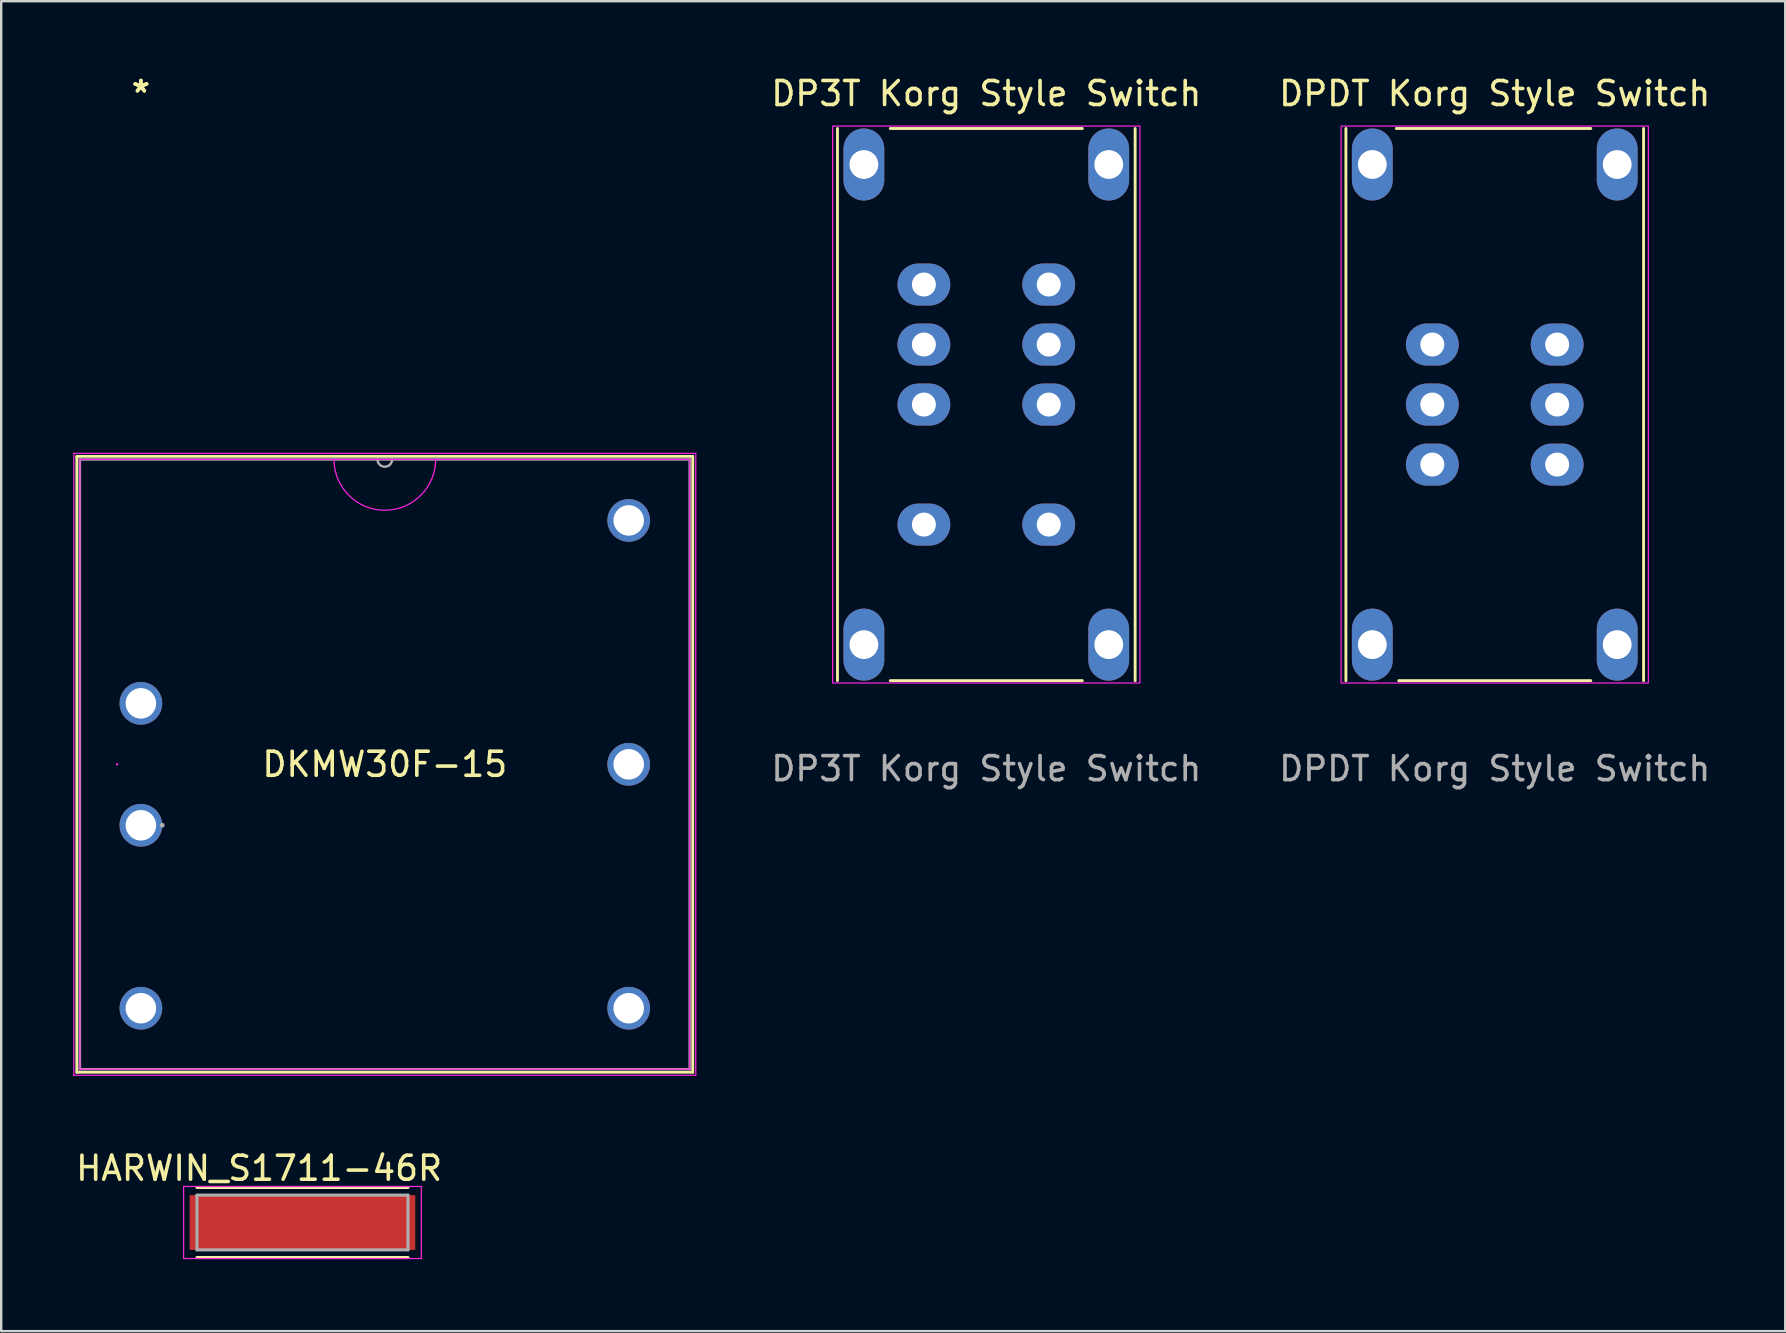
<source format=kicad_pcb>
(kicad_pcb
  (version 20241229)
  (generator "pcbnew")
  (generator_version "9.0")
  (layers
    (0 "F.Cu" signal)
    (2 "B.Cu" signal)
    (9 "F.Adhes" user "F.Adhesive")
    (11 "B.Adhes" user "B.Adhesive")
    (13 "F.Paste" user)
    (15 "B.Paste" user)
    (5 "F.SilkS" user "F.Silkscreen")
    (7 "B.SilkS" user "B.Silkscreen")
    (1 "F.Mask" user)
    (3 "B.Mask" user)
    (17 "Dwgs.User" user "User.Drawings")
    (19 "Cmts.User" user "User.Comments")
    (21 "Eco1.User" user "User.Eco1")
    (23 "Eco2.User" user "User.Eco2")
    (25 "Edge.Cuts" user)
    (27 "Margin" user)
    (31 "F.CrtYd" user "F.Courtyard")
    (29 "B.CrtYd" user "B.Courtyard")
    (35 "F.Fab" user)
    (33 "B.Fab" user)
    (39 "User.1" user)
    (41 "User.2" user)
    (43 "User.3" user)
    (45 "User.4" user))
  (footprint "DKMW30F-15"
    (layer "F.Cu")
    (at 2.819 31.328)
    (property "Reference" "DKMW30F-15" (at 10.16 -2.54 0) (layer "F.SilkS") (effects (font (size 1 1) (thickness 0.15))))
    (attr through_hole)
    (fp_line (start -2.667 -15.367) (end -2.667 10.287) (stroke (width 0.12) (type solid)) (layer "F.SilkS"))
    (fp_line (start -2.667 10.287) (end 22.987 10.287) (stroke (width 0.12) (type solid)) (layer "F.SilkS"))
    (fp_line (start 22.987 -15.367) (end -2.667 -15.367) (stroke (width 0.12) (type solid)) (layer "F.SilkS"))
    (fp_line (start 22.987 10.287) (end 22.987 -15.367) (stroke (width 0.12) (type solid)) (layer "F.SilkS"))
    (fp_line (start -2.794 -15.494) (end 23.114 -15.494) (stroke (width 0.05) (type solid)) (layer "F.CrtYd"))
    (fp_line (start -2.794 10.414) (end -2.794 -15.494) (stroke (width 0.05) (type solid)) (layer "F.CrtYd"))
    (fp_line (start -2.54 -15.24) (end 22.86 -15.24) (stroke (width 0.05) (type solid)) (layer "F.CrtYd"))
    (fp_line (start -2.54 10.16) (end -2.54 -15.24) (stroke (width 0.05) (type solid)) (layer "F.CrtYd"))
    (fp_line (start 22.86 -15.24) (end 22.86 10.16) (stroke (width 0.05) (type solid)) (layer "F.CrtYd"))
    (fp_line (start 22.86 10.16) (end -2.54 10.16) (stroke (width 0.05) (type solid)) (layer "F.CrtYd"))
    (fp_line (start 23.114 -15.494) (end 23.114 10.414) (stroke (width 0.05) (type solid)) (layer "F.CrtYd"))
    (fp_line (start 23.114 10.414) (end -2.794 10.414) (stroke (width 0.05) (type solid)) (layer "F.CrtYd"))
    (fp_arc (start 12.276667 -15.24) (mid 10.16 -13.123333) (end 8.043333 -15.24) (stroke (width 0.05) (type solid)) (layer "F.CrtYd"))
    (fp_circle (center -0.991 -2.54) (end -0.991 -2.54) (stroke (width 0.05) (type solid)) (fill no) (layer "F.CrtYd"))
    (fp_line (start -2.54 -15.24) (end -2.54 10.16) (stroke (width 0.1) (type solid)) (layer "F.Fab"))
    (fp_line (start -2.54 10.16) (end 22.86 10.16) (stroke (width 0.1) (type solid)) (layer "F.Fab"))
    (fp_line (start 22.86 -15.24) (end -2.54 -15.24) (stroke (width 0.1) (type solid)) (layer "F.Fab"))
    (fp_line (start 22.86 10.16) (end 22.86 -15.24) (stroke (width 0.1) (type solid)) (layer "F.Fab"))
    (fp_arc (start 10.4648 -15.24) (mid 10.16 -14.9352) (end 9.8552 -15.24) (stroke (width 0.1) (type solid)) (layer "F.Fab"))
    (fp_circle (center 0.889 0) (end 0.889 0) (stroke (width 0.1) (type solid)) (fill no) (layer "F.Fab"))
    (fp_text user "*" (at 0 -30.48 0) (layer "F.SilkS") (effects (font (size 1 1) (thickness 0.15))))
    (fp_text user "*" (at 0 -30.48 0) (layer "F.SilkS") (effects (font (size 1 1) (thickness 0.15))))
    (fp_text user "Copyright 2021 Accelerated Designs. All rights reserved." (at 0 0 0) (layer "Cmts.User") (effects (font (size 0.127 0.127) (thickness 0.002))))
    (fp_text user "*" (at 0 0 0) (layer "F.Fab") (effects (font (size 1 1) (thickness 0.15))))
    (fp_text user "*" (at 0 0 0) (layer "F.Fab") (effects (font (size 1 1) (thickness 0.15))))
    (pad "1" thru_hole circle (at 0 0) (size 1.778 1.778) (drill 1.27) (layers "*.Cu" "*.Mask"))
    (pad "2" thru_hole circle (at 0 -5.08) (size 1.778 1.778) (drill 1.27) (layers "*.Cu" "*.Mask"))
    (pad "3" thru_hole circle (at 20.32 -12.7) (size 1.778 1.778) (drill 1.27) (layers "*.Cu" "*.Mask"))
    (pad "4" thru_hole circle (at 20.32 -2.54) (size 1.778 1.778) (drill 1.27) (layers "*.Cu" "*.Mask"))
    (pad "5" thru_hole circle (at 20.32 7.62) (size 1.778 1.778) (drill 1.27) (layers "*.Cu" "*.Mask"))
    (pad "6" thru_hole circle (at 0 7.62) (size 1.778 1.778) (drill 1.27) (layers "*.Cu" "*.Mask")))
  (footprint "DP3T Korg Style Switch"
    (layer "F.Cu")
    (at 38.035 13.802)
    (property "Reference" "DP3T Korg Style Switch" (at 0 -12.954 0) (unlocked yes) (layer "F.SilkS") (effects (font (size 1 1) (thickness 0.15))))
    (attr through_hole)
    (fp_line (start -6.2 11.5) (end -6.2 -11.5) (stroke (width 0.12) (type default)) (layer "F.SilkS"))
    (fp_line (start -4 -11.5) (end 4 -11.5) (stroke (width 0.12) (type default)) (layer "F.SilkS"))
    (fp_line (start -4 11.5) (end 4 11.5) (stroke (width 0.12) (type default)) (layer "F.SilkS"))
    (fp_line (start 6.2 11.5) (end 6.2 -11.5) (stroke (width 0.12) (type default)) (layer "F.SilkS"))
    (fp_rect (start -6.4 -11.6) (end 6.4 11.6) (stroke (width 0.05) (type default)) (fill no) (layer "F.CrtYd"))
    (fp_text user "${REFERENCE}" (at 0 15.167 0) (unlocked yes) (layer "F.Fab") (effects (font (size 1 1) (thickness 0.15))))
    (pad "" thru_hole oval (at -5.1 -10) (size 1.7 3) (drill 1.2) (layers "*.Cu" "*.Mask"))
    (pad "" thru_hole oval (at -5.1 10) (size 1.7 3) (drill 1.2) (layers "*.Cu" "*.Mask"))
    (pad "" thru_hole oval (at 5.1 -10) (size 1.7 3) (drill 1.2) (layers "*.Cu" "*.Mask"))
    (pad "" thru_hole oval (at 5.1 10) (size 1.7 3) (drill 1.2) (layers "*.Cu" "*.Mask"))
    (pad "1" thru_hole oval (at -2.6 -5) (size 2.2 1.75) (drill 1) (layers "*.Cu" "*.Mask"))
    (pad "2" thru_hole oval (at -2.6 -2.5) (size 2.2 1.75) (drill 1) (layers "*.Cu" "*.Mask"))
    (pad "3" thru_hole oval (at -2.6 0) (size 2.2 1.75) (drill 1) (layers "*.Cu" "*.Mask"))
    (pad "4" thru_hole oval (at -2.6 5) (size 2.2 1.75) (drill 1) (layers "*.Cu" "*.Mask"))
    (pad "5" thru_hole oval (at 2.6 -5) (size 2.2 1.75) (drill 1) (layers "*.Cu" "*.Mask"))
    (pad "6" thru_hole oval (at 2.6 -2.5) (size 2.2 1.75) (drill 1) (layers "*.Cu" "*.Mask"))
    (pad "7" thru_hole oval (at 2.6 0) (size 2.2 1.75) (drill 1) (layers "*.Cu" "*.Mask"))
    (pad "8" thru_hole oval (at 2.6 5) (size 2.2 1.75) (drill 1) (layers "*.Cu" "*.Mask")))
  (footprint "DPDT Korg Style Switch"
    (layer "F.Cu")
    (at 59.214 13.802)
    (property "Reference" "DPDT Korg Style Switch" (at 0 -12.954 0) (unlocked yes) (layer "F.SilkS") (effects (font (size 1 1) (thickness 0.15))))
    (attr through_hole)
    (fp_line (start -6.2 11.5) (end -6.2 -11.5) (stroke (width 0.12) (type default)) (layer "F.SilkS"))
    (fp_line (start -4.1 -11.5) (end 4 -11.5) (stroke (width 0.12) (type default)) (layer "F.SilkS"))
    (fp_line (start -4 11.5) (end 4 11.5) (stroke (width 0.12) (type default)) (layer "F.SilkS"))
    (fp_line (start 6.2 11.5) (end 6.2 -11.5) (stroke (width 0.12) (type default)) (layer "F.SilkS"))
    (fp_rect (start -6.4 -11.6) (end 6.4 11.6) (stroke (width 0.05) (type default)) (fill no) (layer "F.CrtYd"))
    (fp_text user "${REFERENCE}" (at 0 15.167 0) (unlocked yes) (layer "F.Fab") (effects (font (size 1 1) (thickness 0.15))))
    (pad "" thru_hole oval (at -5.1 -10) (size 1.7 3) (drill 1.2) (layers "*.Cu" "*.Mask"))
    (pad "" thru_hole oval (at -5.1 10) (size 1.7 3) (drill 1.2) (layers "*.Cu" "*.Mask"))
    (pad "" thru_hole oval (at 5.1 -10) (size 1.7 3) (drill 1.2) (layers "*.Cu" "*.Mask"))
    (pad "" thru_hole oval (at 5.1 10) (size 1.7 3) (drill 1.2) (layers "*.Cu" "*.Mask"))
    (pad "1" thru_hole oval (at -2.6 -2.5) (size 2.2 1.75) (drill 1) (layers "*.Cu" "*.Mask"))
    (pad "2" thru_hole oval (at 2.6 -2.5) (size 2.2 1.75) (drill 1) (layers "*.Cu" "*.Mask"))
    (pad "3" thru_hole oval (at -2.6 0) (size 2.2 1.75) (drill 1) (layers "*.Cu" "*.Mask"))
    (pad "4" thru_hole oval (at 2.6 0) (size 2.2 1.75) (drill 1) (layers "*.Cu" "*.Mask"))
    (pad "5" thru_hole oval (at -2.6 2.5) (size 2.2 1.75) (drill 1) (layers "*.Cu" "*.Mask"))
    (pad "6" thru_hole oval (at 2.6 2.5) (size 2.2 1.75) (drill 1) (layers "*.Cu" "*.Mask")))
  (footprint "HARWIN_S1711-46R"
    (layer "F.Cu")
    (at 9.549 47.874)
    (property "Reference" "HARWIN_S1711-46R" (at -1.805 -2.259 0) (layer "F.SilkS") (effects (font (size 1 1) (thickness 0.15))))
    (attr smd)
    (fp_line (start -4.395 -1.46) (end 4.395 -1.46) (stroke (width 0.127) (type solid)) (layer "F.SilkS"))
    (fp_line (start 4.395 1.46) (end -4.395 1.46) (stroke (width 0.127) (type solid)) (layer "F.SilkS"))
    (fp_line (start -4.95 -1.5) (end 4.95 -1.5) (stroke (width 0.05) (type solid)) (layer "F.CrtYd"))
    (fp_line (start -4.95 1.5) (end -4.95 -1.5) (stroke (width 0.05) (type solid)) (layer "F.CrtYd"))
    (fp_line (start 4.95 -1.5) (end 4.95 1.5) (stroke (width 0.05) (type solid)) (layer "F.CrtYd"))
    (fp_line (start 4.95 1.5) (end -4.95 1.5) (stroke (width 0.05) (type solid)) (layer "F.CrtYd"))
    (fp_line (start -4.395 -1.14) (end 4.395 -1.14) (stroke (width 0.127) (type solid)) (layer "F.Fab"))
    (fp_line (start -4.395 1.14) (end -4.395 -1.14) (stroke (width 0.127) (type solid)) (layer "F.Fab"))
    (fp_line (start 4.395 -1.14) (end 4.395 1.14) (stroke (width 0.127) (type solid)) (layer "F.Fab"))
    (fp_line (start 4.395 1.14) (end -4.395 1.14) (stroke (width 0.127) (type solid)) (layer "F.Fab"))
    (pad "1" smd rect (at 0 0) (size 9.4 2.28) (layers "F.Cu" "F.Mask" "F.Paste")))
  (gr_rect
    (start -3 -3)
    (end 71.315 52.4)
    (stroke (width 0.1) (type default))
    (fill no)
    (layer "Edge.Cuts")))
</source>
